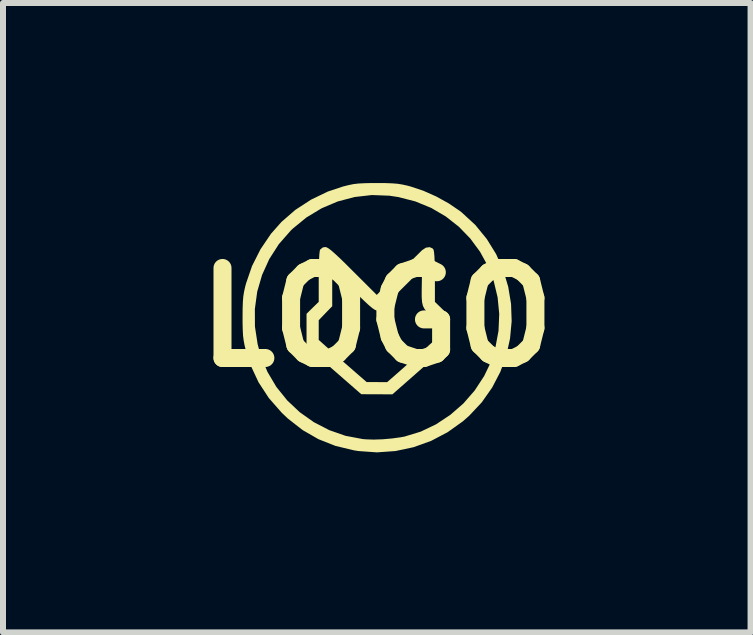
<source format=kicad_pcb>
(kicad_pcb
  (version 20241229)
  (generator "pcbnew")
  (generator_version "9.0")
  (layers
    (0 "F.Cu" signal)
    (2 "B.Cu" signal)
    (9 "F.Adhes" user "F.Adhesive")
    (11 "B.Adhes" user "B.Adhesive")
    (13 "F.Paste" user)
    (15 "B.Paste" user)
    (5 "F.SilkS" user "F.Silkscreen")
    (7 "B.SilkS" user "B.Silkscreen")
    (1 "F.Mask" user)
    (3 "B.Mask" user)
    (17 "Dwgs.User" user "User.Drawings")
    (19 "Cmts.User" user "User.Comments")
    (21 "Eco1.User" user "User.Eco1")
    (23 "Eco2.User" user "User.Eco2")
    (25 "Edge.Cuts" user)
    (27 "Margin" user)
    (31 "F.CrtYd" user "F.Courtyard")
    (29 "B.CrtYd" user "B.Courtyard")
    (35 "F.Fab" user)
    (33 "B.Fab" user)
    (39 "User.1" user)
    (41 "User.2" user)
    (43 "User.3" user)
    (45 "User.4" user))
  (footprint "LOGO"
    (layer "F.Cu")
    (at 3.229 2.237)
    (property "Reference" "LOGO" (at 0 0 0) (layer "F.SilkS") (effects (font (size 1.5 1.5) (thickness 0.3))))
    (attr board_only exclude_from_pos_files exclude_from_bom)
    (fp_poly (pts (xy -0.835 -1.165) (xy -0.8 -1.145) (xy -0.752 -1.108) (xy -0.687 -1.05) (xy -0.6 -0.969) (xy -0.489 -0.86) (xy -0.401 -0.772) (xy -0.001 -0.373) (xy 0.352 -0.721) (xy 0.459 -0.826) (xy 0.557 -0.923) (xy 0.642 -1.007) (xy 0.708 -1.072) (xy 0.749 -1.113) (xy 0.757 -1.12) (xy 0.818 -1.16) (xy 0.881 -1.169) (xy 0.931 -1.146) (xy 0.945 -1.127) (xy 0.953 -1.09) (xy 0.96 -1.013) (xy 0.965 -0.905) (xy 0.968 -0.772) (xy 0.968 -0.67) (xy 0.968 -0.257) (xy 1.07 -0.158) (xy 1.171 -0.058) (xy 1.171 0.213) (xy 1.171 0.484) (xy 0.715 0.884) (xy 0.26 1.284) (xy 0.000462 1.283) (xy -0.259 1.282) (xy -0.715 0.884) (xy -1.171 0.486) (xy -1.171 0.214) (xy -1.171 0.049) (xy -0.968 0.049) (xy -0.968 0.213) (xy -0.968 0.377) (xy -0.871 0.464) (xy -0.776 0.549) (xy -0.658 0.654) (xy -0.526 0.769) (xy -0.393 0.885) (xy -0.315 0.953) (xy -0.169 1.08) (xy 0.001 1.08) (xy 0.172 1.081) (xy 0.396 0.885) (xy 0.517 0.777) (xy 0.611 0.695) (xy 0.682 0.633) (xy 0.735 0.586) (xy 0.776 0.549) (xy 0.811 0.518) (xy 0.846 0.488) (xy 0.871 0.464) (xy 0.968 0.377) (xy 0.968 0.209) (xy 0.967 0.122) (xy 0.961 0.065) (xy 0.944 0.026) (xy 0.914 -0.011) (xy 0.892 -0.033) (xy 0.834 -0.091) (xy 0.794 -0.14) (xy 0.768 -0.191) (xy 0.754 -0.253) (xy 0.748 -0.336) (xy 0.748 -0.449) (xy 0.749 -0.514) (xy 0.751 -0.623) (xy 0.752 -0.715) (xy 0.753 -0.78) (xy 0.754 -0.81) (xy 0.754 -0.811) (xy 0.738 -0.795) (xy 0.695 -0.753) (xy 0.63 -0.688) (xy 0.547 -0.604) (xy 0.449 -0.507) (xy 0.404 -0.462) (xy 0.278 -0.337) (xy 0.179 -0.243) (xy 0.104 -0.176) (xy 0.05 -0.135) (xy 0.013 -0.115) (xy 0 -0.113) (xy -0.029 -0.122) (xy -0.074 -0.152) (xy -0.138 -0.206) (xy -0.224 -0.286) (xy -0.337 -0.395) (xy -0.399 -0.457) (xy -0.743 -0.801) (xy -0.743 -0.493) (xy -0.743 -0.184) (xy -0.856 -0.068) (xy -0.968 0.049) (xy -1.171 0.049) (xy -1.171 -0.058) (xy -1.07 -0.158) (xy -0.968 -0.257) (xy -0.968 -0.67) (xy -0.967 -0.817) (xy -0.963 -0.943) (xy -0.958 -1.042) (xy -0.951 -1.106) (xy -0.945 -1.127) (xy -0.902 -1.163) (xy -0.861 -1.171)) (stroke (width 0) (type solid)) (fill yes) (layer "F.SilkS"))
    (fp_poly (pts (xy 0.144 -2.236) (xy 0.254 -2.232) (xy 0.345 -2.225) (xy 0.426 -2.212) (xy 0.512 -2.193) (xy 0.567 -2.178) (xy 0.774 -2.109) (xy 0.99 -2.013) (xy 1.198 -1.898) (xy 1.382 -1.773) (xy 1.412 -1.75) (xy 1.641 -1.539) (xy 1.832 -1.305) (xy 1.988 -1.053) (xy 2.107 -0.785) (xy 2.19 -0.507) (xy 2.237 -0.222) (xy 2.247 0.066) (xy 2.22 0.354) (xy 2.158 0.636) (xy 2.058 0.91) (xy 1.922 1.171) (xy 1.75 1.416) (xy 1.54 1.64) (xy 1.435 1.733) (xy 1.18 1.915) (xy 0.904 2.06) (xy 0.612 2.165) (xy 0.31 2.229) (xy 0.002 2.251) (xy -0.308 2.229) (xy -0.383 2.217) (xy -0.69 2.143) (xy -0.973 2.031) (xy -1.237 1.879) (xy -1.483 1.687) (xy -1.587 1.588) (xy -1.799 1.346) (xy -1.971 1.083) (xy -2.104 0.798) (xy -2.178 0.567) (xy -2.202 0.474) (xy -2.218 0.391) (xy -2.229 0.308) (xy -2.234 0.21) (xy -2.237 0.086) (xy -2.237 0) (xy -2.236 -0.139) (xy -2.032 -0.139) (xy -2.031 0.154) (xy -1.986 0.448) (xy -1.934 0.639) (xy -1.822 0.91) (xy -1.674 1.16) (xy -1.493 1.385) (xy -1.284 1.582) (xy -1.049 1.748) (xy -0.794 1.88) (xy -0.522 1.975) (xy -0.237 2.029) (xy -0.18 2.034) (xy -0.053 2.038) (xy 0.099 2.033) (xy 0.256 2.019) (xy 0.401 1.999) (xy 0.461 1.988) (xy 0.73 1.906) (xy 0.986 1.784) (xy 1.225 1.626) (xy 1.442 1.437) (xy 1.631 1.22) (xy 1.788 0.98) (xy 1.879 0.792) (xy 1.975 0.509) (xy 2.028 0.226) (xy 2.04 -0.056) (xy 2.013 -0.332) (xy 1.949 -0.599) (xy 1.851 -0.853) (xy 1.72 -1.092) (xy 1.558 -1.312) (xy 1.367 -1.509) (xy 1.149 -1.68) (xy 0.907 -1.822) (xy 0.641 -1.931) (xy 0.355 -2.004) (xy 0.208 -2.026) (xy -0.082 -2.037) (xy -0.37 -2.004) (xy -0.651 -1.93) (xy -0.92 -1.816) (xy -1.172 -1.664) (xy -1.402 -1.476) (xy -1.436 -1.443) (xy -1.633 -1.218) (xy -1.792 -0.97) (xy -1.912 -0.705) (xy -1.993 -0.427) (xy -2.032 -0.139) (xy -2.236 -0.139) (xy -2.236 -0.144) (xy -2.232 -0.255) (xy -2.225 -0.345) (xy -2.212 -0.427) (xy -2.193 -0.512) (xy -2.179 -0.564) (xy -2.079 -0.855) (xy -1.938 -1.134) (xy -1.764 -1.391) (xy -1.589 -1.589) (xy -1.357 -1.79) (xy -1.096 -1.96) (xy -0.816 -2.095) (xy -0.564 -2.179) (xy -0.472 -2.202) (xy -0.39 -2.219) (xy -0.306 -2.229) (xy -0.207 -2.234) (xy -0.083 -2.237) (xy 0 -2.237)) (stroke (width 0) (type solid)) (fill yes) (layer "F.SilkS")))
  (gr_rect
    (start -3 -3)
    (end 9.457 7.488)
    (stroke (width 0.1) (type default))
    (fill no)
    (layer "Edge.Cuts")))
</source>
